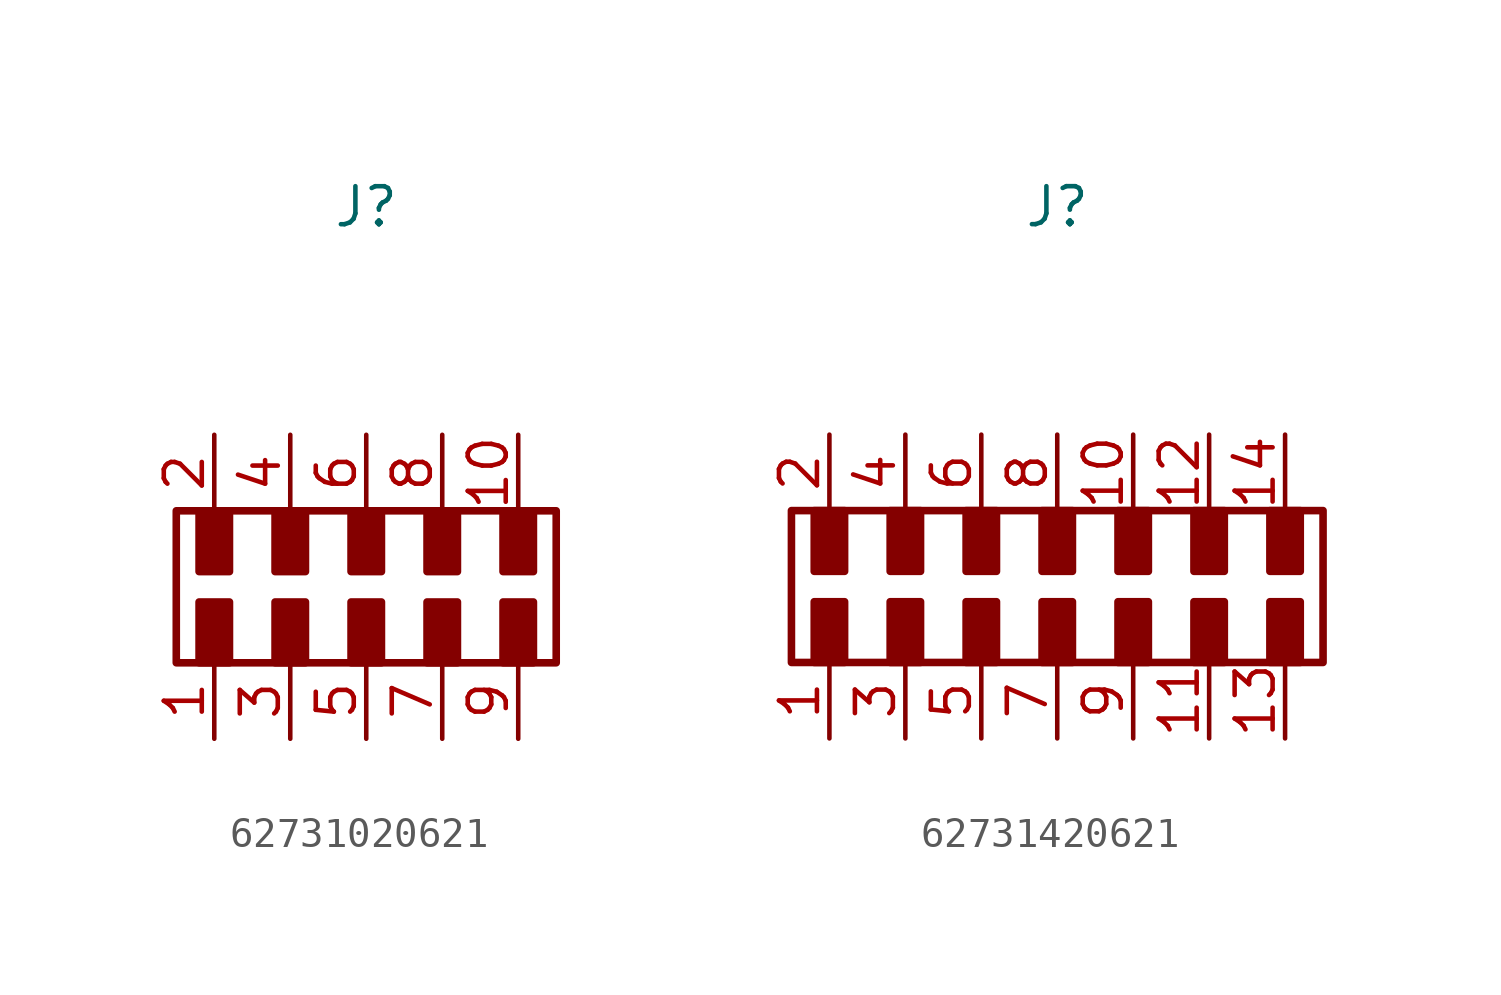
<source format=kicad_sym>
(kicad_symbol_lib
  (version 20241209)
  (generator "kicad_symbol_editor")
  (generator_version "9.0")
  (symbol "62731020621"
    (pin_names
      (hide yes))
    (property "Reference" "J"
      (at 0 12.7 0)
      (effects (font (size 1.27 1.27))))
    (symbol "62731020621_1_1"
      (rectangle (start -6.35 2.54) (end 6.35 -2.54) (stroke (width 0.254) (type solid)) (fill (type none)))
      (rectangle (start -5.588 2.54) (end -4.572 0.508) (stroke (width 0.254) (type solid)) (fill (type outline)))
      (rectangle (start -5.588 -0.508) (end -4.572 -2.54) (stroke (width 0.254) (type solid)) (fill (type outline)))
      (rectangle (start -3.048 2.54) (end -2.032 0.508) (stroke (width 0.254) (type solid)) (fill (type outline)))
      (rectangle (start -3.048 -0.508) (end -2.032 -2.54) (stroke (width 0.254) (type solid)) (fill (type outline)))
      (rectangle (start -0.508 2.54) (end 0.508 0.508) (stroke (width 0.254) (type solid)) (fill (type outline)))
      (rectangle (start -0.508 -0.508) (end 0.508 -2.54) (stroke (width 0.254) (type solid)) (fill (type outline)))
      (rectangle (start 2.032 2.54) (end 3.048 0.508) (stroke (width 0.254) (type solid)) (fill (type outline)))
      (rectangle (start 2.032 -0.508) (end 3.048 -2.54) (stroke (width 0.254) (type solid)) (fill (type outline)))
      (rectangle (start 4.572 2.54) (end 5.588 0.508) (stroke (width 0.254) (type solid)) (fill (type outline)))
      (rectangle (start 4.572 -0.508) (end 5.588 -2.54) (stroke (width 0.254) (type solid)) (fill (type outline)))
      (pin passive line (at -5.08 5.08 270) (length 2.54) (name "2" (effects (font (size 1.27 1.27)))) (number "2" (effects (font (size 1.27 1.27)))))
      (pin passive line (at -5.08 -5.08 90) (length 2.54) (name "1" (effects (font (size 1.27 1.27)))) (number "1" (effects (font (size 1.27 1.27)))))
      (pin passive line (at -2.54 5.08 270) (length 2.54) (name "4" (effects (font (size 1.27 1.27)))) (number "4" (effects (font (size 1.27 1.27)))))
      (pin passive line (at -2.54 -5.08 90) (length 2.54) (name "3" (effects (font (size 1.27 1.27)))) (number "3" (effects (font (size 1.27 1.27)))))
      (pin passive line (at 0 5.08 270) (length 2.54) (name "6" (effects (font (size 1.27 1.27)))) (number "6" (effects (font (size 1.27 1.27)))))
      (pin passive line (at 0 -5.08 90) (length 2.54) (name "5" (effects (font (size 1.27 1.27)))) (number "5" (effects (font (size 1.27 1.27)))))
      (pin passive line (at 2.54 5.08 270) (length 2.54) (name "8" (effects (font (size 1.27 1.27)))) (number "8" (effects (font (size 1.27 1.27)))))
      (pin passive line (at 2.54 -5.08 90) (length 2.54) (name "7" (effects (font (size 1.27 1.27)))) (number "7" (effects (font (size 1.27 1.27)))))
      (pin passive line (at 5.08 5.08 270) (length 2.54) (name "10" (effects (font (size 1.27 1.27)))) (number "10" (effects (font (size 1.27 1.27)))))
      (pin passive line (at 5.08 -5.08 90) (length 2.54) (name "9" (effects (font (size 1.27 1.27)))) (number "9" (effects (font (size 1.27 1.27)))))))
  (symbol "62731420621"
    (pin_names
      (hide yes))
    (property "Reference" "J"
      (at 0 12.7 0)
      (effects (font (size 1.27 1.27))))
    (symbol "62731420621_1_1"
      (rectangle (start -8.89 2.54) (end 8.89 -2.54) (stroke (width 0.254) (type solid)) (fill (type none)))
      (rectangle (start -8.128 2.54) (end -7.112 0.508) (stroke (width 0.254) (type solid)) (fill (type outline)))
      (rectangle (start -8.128 -0.508) (end -7.112 -2.54) (stroke (width 0.254) (type solid)) (fill (type outline)))
      (rectangle (start -5.588 2.54) (end -4.572 0.508) (stroke (width 0.254) (type solid)) (fill (type outline)))
      (rectangle (start -5.588 -0.508) (end -4.572 -2.54) (stroke (width 0.254) (type solid)) (fill (type outline)))
      (rectangle (start -3.048 2.54) (end -2.032 0.508) (stroke (width 0.254) (type solid)) (fill (type outline)))
      (rectangle (start -3.048 -0.508) (end -2.032 -2.54) (stroke (width 0.254) (type solid)) (fill (type outline)))
      (rectangle (start -0.508 2.54) (end 0.508 0.508) (stroke (width 0.254) (type solid)) (fill (type outline)))
      (rectangle (start -0.508 -0.508) (end 0.508 -2.54) (stroke (width 0.254) (type solid)) (fill (type outline)))
      (rectangle (start 2.032 2.54) (end 3.048 0.508) (stroke (width 0.254) (type solid)) (fill (type outline)))
      (rectangle (start 2.032 -0.508) (end 3.048 -2.54) (stroke (width 0.254) (type solid)) (fill (type outline)))
      (rectangle (start 4.572 2.54) (end 5.588 0.508) (stroke (width 0.254) (type solid)) (fill (type outline)))
      (rectangle (start 4.572 -0.508) (end 5.588 -2.54) (stroke (width 0.254) (type solid)) (fill (type outline)))
      (rectangle (start 7.112 2.54) (end 8.128 0.508) (stroke (width 0.254) (type solid)) (fill (type outline)))
      (rectangle (start 7.112 -0.508) (end 8.128 -2.54) (stroke (width 0.254) (type solid)) (fill (type outline)))
      (pin passive line (at -7.62 5.08 270) (length 2.54) (name "2" (effects (font (size 1.27 1.27)))) (number "2" (effects (font (size 1.27 1.27)))))
      (pin passive line (at -7.62 -5.08 90) (length 2.54) (name "1" (effects (font (size 1.27 1.27)))) (number "1" (effects (font (size 1.27 1.27)))))
      (pin passive line (at -5.08 5.08 270) (length 2.54) (name "4" (effects (font (size 1.27 1.27)))) (number "4" (effects (font (size 1.27 1.27)))))
      (pin passive line (at -5.08 -5.08 90) (length 2.54) (name "3" (effects (font (size 1.27 1.27)))) (number "3" (effects (font (size 1.27 1.27)))))
      (pin passive line (at -2.54 5.08 270) (length 2.54) (name "6" (effects (font (size 1.27 1.27)))) (number "6" (effects (font (size 1.27 1.27)))))
      (pin passive line (at -2.54 -5.08 90) (length 2.54) (name "5" (effects (font (size 1.27 1.27)))) (number "5" (effects (font (size 1.27 1.27)))))
      (pin passive line (at 0 5.08 270) (length 2.54) (name "8" (effects (font (size 1.27 1.27)))) (number "8" (effects (font (size 1.27 1.27)))))
      (pin passive line (at 0 -5.08 90) (length 2.54) (name "7" (effects (font (size 1.27 1.27)))) (number "7" (effects (font (size 1.27 1.27)))))
      (pin passive line (at 2.54 5.08 270) (length 2.54) (name "10" (effects (font (size 1.27 1.27)))) (number "10" (effects (font (size 1.27 1.27)))))
      (pin passive line (at 2.54 -5.08 90) (length 2.54) (name "9" (effects (font (size 1.27 1.27)))) (number "9" (effects (font (size 1.27 1.27)))))
      (pin passive line (at 5.08 5.08 270) (length 2.54) (name "12" (effects (font (size 1.27 1.27)))) (number "12" (effects (font (size 1.27 1.27)))))
      (pin passive line (at 5.08 -5.08 90) (length 2.54) (name "11" (effects (font (size 1.27 1.27)))) (number "11" (effects (font (size 1.27 1.27)))))
      (pin passive line (at 7.62 5.08 270) (length 2.54) (name "14" (effects (font (size 1.27 1.27)))) (number "14" (effects (font (size 1.27 1.27)))))
      (pin passive line (at 7.62 -5.08 90) (length 2.54) (name "13" (effects (font (size 1.27 1.27)))) (number "13" (effects (font (size 1.27 1.27))))))))
</source>
